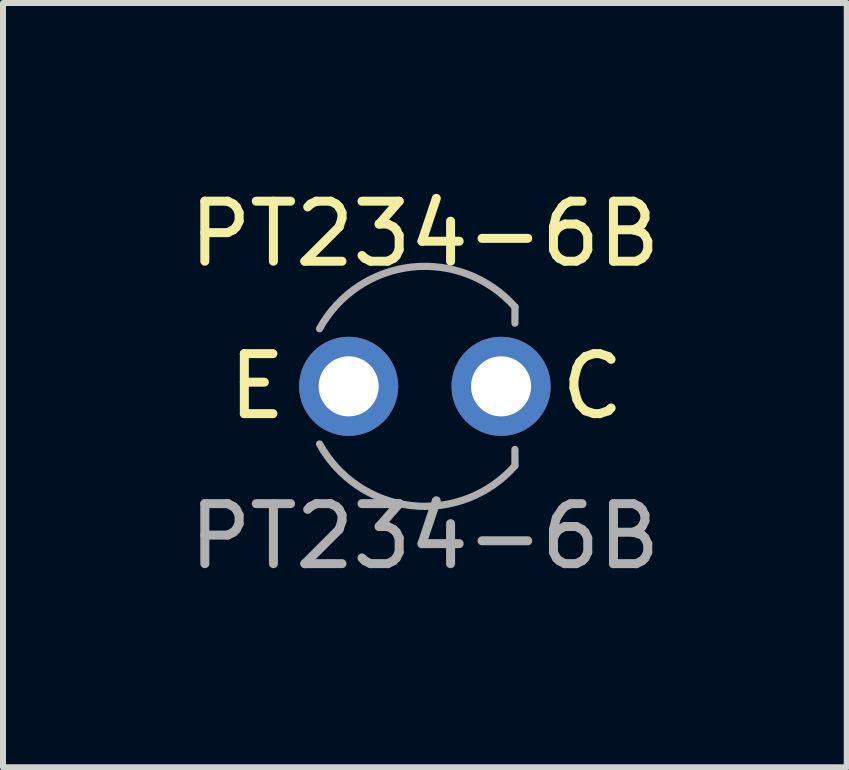
<source format=kicad_pcb>
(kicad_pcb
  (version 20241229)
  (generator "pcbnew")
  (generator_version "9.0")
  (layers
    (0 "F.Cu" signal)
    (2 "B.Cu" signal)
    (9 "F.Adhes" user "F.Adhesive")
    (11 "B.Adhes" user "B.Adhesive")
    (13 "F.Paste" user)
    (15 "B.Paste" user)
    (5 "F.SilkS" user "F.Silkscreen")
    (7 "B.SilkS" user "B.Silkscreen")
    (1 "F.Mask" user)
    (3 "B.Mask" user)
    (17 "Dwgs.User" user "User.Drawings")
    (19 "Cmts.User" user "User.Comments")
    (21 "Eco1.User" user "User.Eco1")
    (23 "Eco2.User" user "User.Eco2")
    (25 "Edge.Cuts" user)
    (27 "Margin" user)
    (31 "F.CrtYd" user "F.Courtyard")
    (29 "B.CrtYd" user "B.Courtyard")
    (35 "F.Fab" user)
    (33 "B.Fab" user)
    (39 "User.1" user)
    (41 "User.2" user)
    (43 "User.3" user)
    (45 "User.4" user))
  (footprint "PT234-6B"
    (layer "F.Cu")
    (at 4.03 3.388)
    (property "Reference" "PT234-6B" (at 0 -2.54 0) (unlocked yes) (layer "F.SilkS") (effects (font (size 1 1) (thickness 0.15))))
    (attr through_hole)
    (fp_line (start 1.501 -1.323) (end 1.501 -1.052) (stroke (width 0.12) (type solid)) (layer "F.Fab"))
    (fp_line (start 1.501 1.323) (end 1.501 1.052) (stroke (width 0.12) (type solid)) (layer "F.Fab"))
    (fp_arc (start -1.75514 -0.96012) (mid -0.221339 -1.987481) (end 1.50114 -1.32334) (stroke (width 0.12) (type solid)) (layer "F.Fab"))
    (fp_arc (start 1.50114 1.32334) (mid -0.221339 1.987481) (end -1.75514 0.96012) (stroke (width 0.12) (type solid)) (layer "F.Fab"))
    (fp_text user "C" (at 2.794 0 0) (unlocked yes) (layer "F.SilkS") (effects (font (size 1 1) (thickness 0.15))))
    (fp_text user "E" (at -2.794 0 0) (unlocked yes) (layer "F.SilkS") (effects (font (size 1 1) (thickness 0.15))))
    (fp_text user "${REFERENCE}" (at 0 2.5 0) (unlocked yes) (layer "F.Fab") (effects (font (size 1 1) (thickness 0.15))))
    (pad "1" thru_hole circle (at -1.27 0) (size 1.651 1.651) (drill 1.001) (layers "*.Cu" "*.Mask"))
    (pad "2" thru_hole circle (at 1.27 0) (size 1.651 1.651) (drill 1.001) (layers "*.Cu" "*.Mask")))
  (gr_rect
    (start -3 -3)
    (end 11.06 9.736)
    (stroke (width 0.1) (type default))
    (fill no)
    (layer "Edge.Cuts")))
</source>
